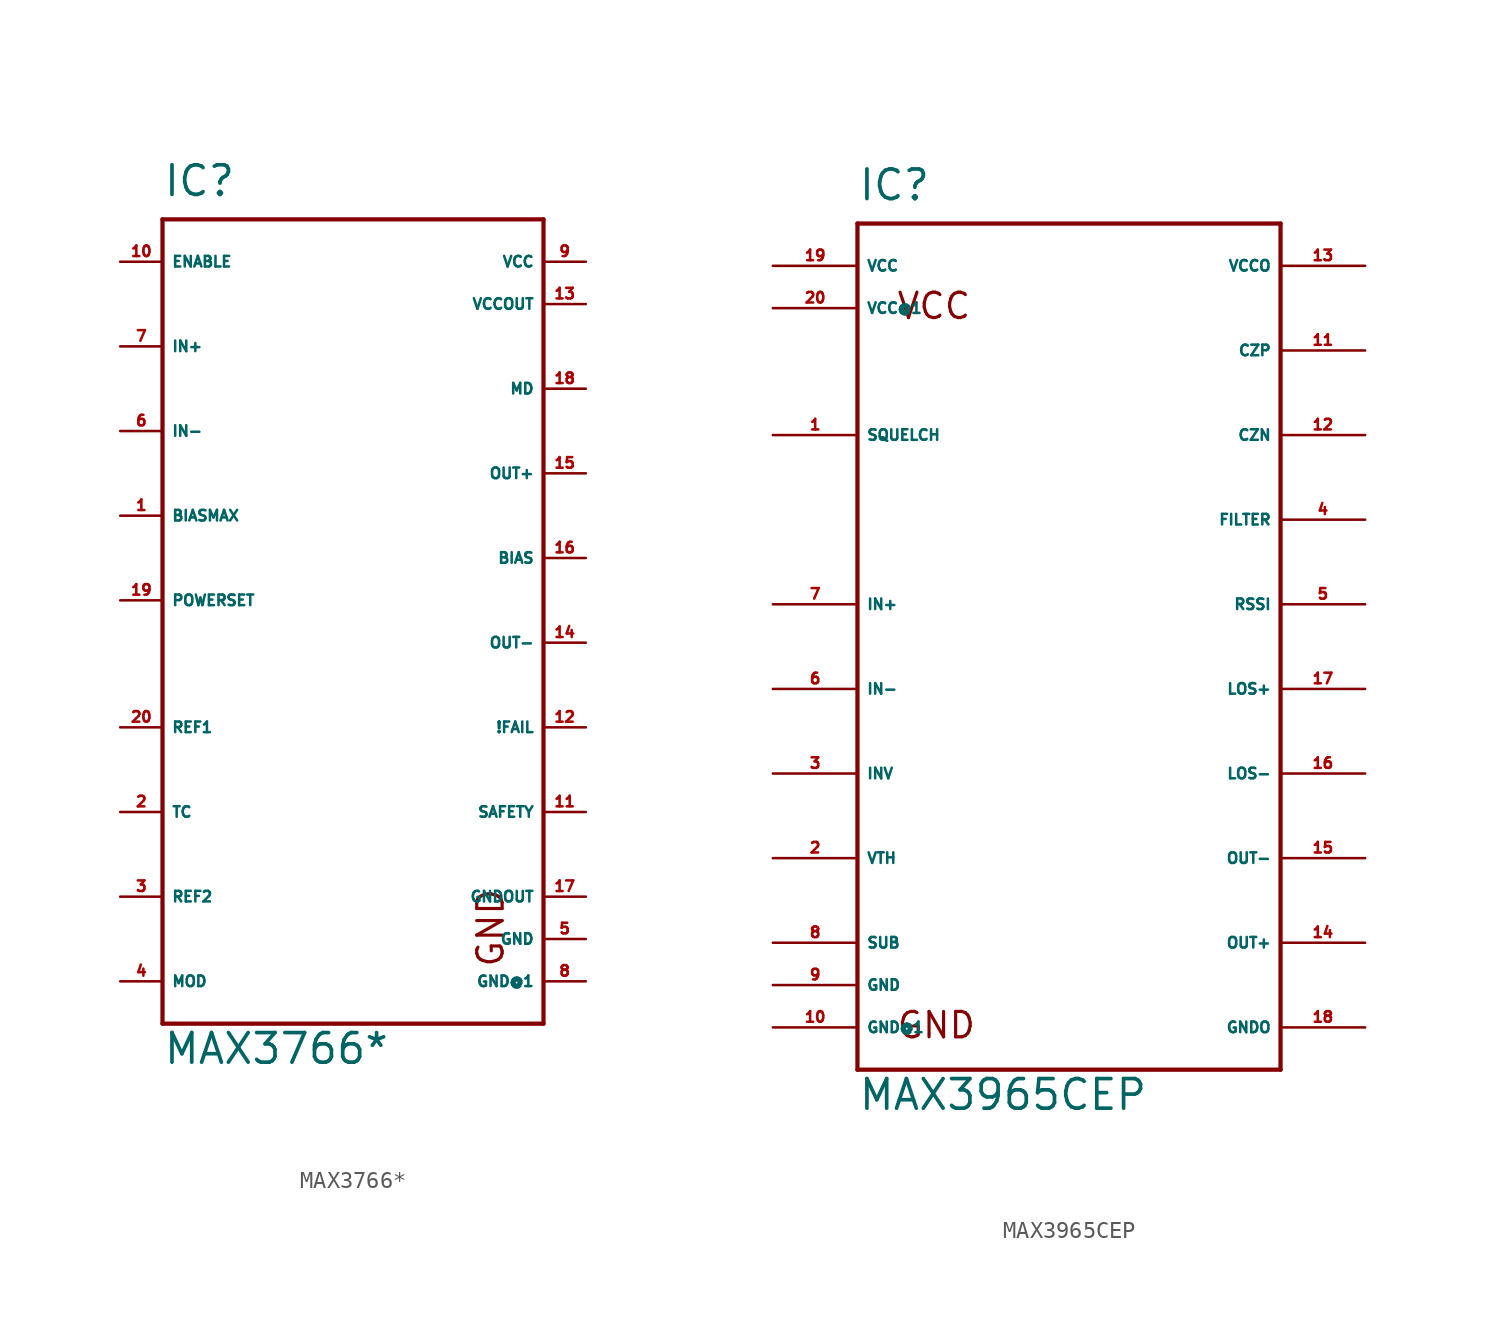
<source format=kicad_sym>
(kicad_symbol_lib
  (version 20220914)
  (generator Eagle2Kicad)
  (symbol "MAX3766*"
    (property "Reference" "IC"
      (at -12.7 24.13 0)
      (effects (font (size 1.778 1.778) (thickness 0.22)) (justify left bottom)))
    (property "Value" "MAX3766*"
      (at -12.7 -27.94 0)
      (effects (font (size 1.778 1.778) (thickness 0.22)) (justify left bottom)))
    (polyline
      (pts (xy -12.7 22.86) (xy 10.16 22.86))
      (stroke (width 0.254) (type default))
      (fill (type none)))
    (polyline
      (pts (xy 10.16 22.86) (xy 10.16 -25.4))
      (stroke (width 0.254) (type default))
      (fill (type none)))
    (polyline
      (pts (xy 10.16 -25.4) (xy -12.7 -25.4))
      (stroke (width 0.254) (type default))
      (fill (type none)))
    (polyline
      (pts (xy -12.7 -25.4) (xy -12.7 22.86))
      (stroke (width 0.254) (type default))
      (fill (type none)))
    (text "GND"
      (at 7.874 -22.098 1800)
      (effects (font (size 1.524 1.524) (thickness 0.19)) (justify left bottom)))
    (pin input line
      (at -15.24 15.24 0)
      (length 2.54)
      (name "IN+" (effects (font (size 0.635 0.635) (thickness 0.08)) (justify left bottom)))
      (number "7" (effects (font (size 0.635 0.635) (thickness 0.08)) (justify left bottom))))
    (pin input line
      (at -15.24 10.16 0)
      (length 2.54)
      (name "IN-" (effects (font (size 0.635 0.635) (thickness 0.08)) (justify left bottom)))
      (number "6" (effects (font (size 0.635 0.635) (thickness 0.08)) (justify left bottom))))
    (pin input line
      (at -15.24 5.08 0)
      (length 2.54)
      (name "BIASMAX" (effects (font (size 0.635 0.635) (thickness 0.08)) (justify left bottom)))
      (number "1" (effects (font (size 0.635 0.635) (thickness 0.08)) (justify left bottom))))
    (pin input line
      (at -15.24 0 0)
      (length 2.54)
      (name "POWERSET" (effects (font (size 0.635 0.635) (thickness 0.08)) (justify left bottom)))
      (number "19" (effects (font (size 0.635 0.635) (thickness 0.08)) (justify left bottom))))
    (pin passive line
      (at -15.24 -7.62 0)
      (length 2.54)
      (name "REF1" (effects (font (size 0.635 0.635) (thickness 0.08)) (justify left bottom)))
      (number "20" (effects (font (size 0.635 0.635) (thickness 0.08)) (justify left bottom))))
    (pin passive line
      (at -15.24 -12.7 0)
      (length 2.54)
      (name "TC" (effects (font (size 0.635 0.635) (thickness 0.08)) (justify left bottom)))
      (number "2" (effects (font (size 0.635 0.635) (thickness 0.08)) (justify left bottom))))
    (pin passive line
      (at -15.24 -17.78 0)
      (length 2.54)
      (name "REF2" (effects (font (size 0.635 0.635) (thickness 0.08)) (justify left bottom)))
      (number "3" (effects (font (size 0.635 0.635) (thickness 0.08)) (justify left bottom))))
    (pin input line
      (at -15.24 -22.86 0)
      (length 2.54)
      (name "MOD" (effects (font (size 0.635 0.635) (thickness 0.08)) (justify left bottom)))
      (number "4" (effects (font (size 0.635 0.635) (thickness 0.08)) (justify left bottom))))
    (pin unspecified line
      (at 12.7 -20.32 180)
      (length 2.54)
      (name "GND" (effects (font (size 0.635 0.635) (thickness 0.08)) (justify left bottom)))
      (number "5" (effects (font (size 0.635 0.635) (thickness 0.08)) (justify left bottom))))
    (pin passive line
      (at 12.7 -17.78 180)
      (length 2.54)
      (name "GNDOUT" (effects (font (size 0.635 0.635) (thickness 0.08)) (justify left bottom)))
      (number "17" (effects (font (size 0.635 0.635) (thickness 0.08)) (justify left bottom))))
    (pin input line
      (at 12.7 -12.7 180)
      (length 2.54)
      (name "SAFETY" (effects (font (size 0.635 0.635) (thickness 0.08)) (justify left bottom)))
      (number "11" (effects (font (size 0.635 0.635) (thickness 0.08)) (justify left bottom))))
    (pin output line
      (at 12.7 -7.62 180)
      (length 2.54)
      (name "!FAIL" (effects (font (size 0.635 0.635) (thickness 0.08)) (justify left bottom)))
      (number "12" (effects (font (size 0.635 0.635) (thickness 0.08)) (justify left bottom))))
    (pin passive line
      (at 12.7 2.54 180)
      (length 2.54)
      (name "BIAS" (effects (font (size 0.635 0.635) (thickness 0.08)) (justify left bottom)))
      (number "16" (effects (font (size 0.635 0.635) (thickness 0.08)) (justify left bottom))))
    (pin output line
      (at 12.7 7.62 180)
      (length 2.54)
      (name "OUT+" (effects (font (size 0.635 0.635) (thickness 0.08)) (justify left bottom)))
      (number "15" (effects (font (size 0.635 0.635) (thickness 0.08)) (justify left bottom))))
    (pin input line
      (at 12.7 12.7 180)
      (length 2.54)
      (name "MD" (effects (font (size 0.635 0.635) (thickness 0.08)) (justify left bottom)))
      (number "18" (effects (font (size 0.635 0.635) (thickness 0.08)) (justify left bottom))))
    (pin output line
      (at 12.7 -2.54 180)
      (length 2.54)
      (name "OUT-" (effects (font (size 0.635 0.635) (thickness 0.08)) (justify left bottom)))
      (number "14" (effects (font (size 0.635 0.635) (thickness 0.08)) (justify left bottom))))
    (pin input line
      (at -15.24 20.32 0)
      (length 2.54)
      (name "ENABLE" (effects (font (size 0.635 0.635) (thickness 0.08)) (justify left bottom)))
      (number "10" (effects (font (size 0.635 0.635) (thickness 0.08)) (justify left bottom))))
    (pin unspecified line
      (at 12.7 20.32 180)
      (length 2.54)
      (name "VCC" (effects (font (size 0.635 0.635) (thickness 0.08)) (justify left bottom)))
      (number "9" (effects (font (size 0.635 0.635) (thickness 0.08)) (justify left bottom))))
    (pin passive line
      (at 12.7 17.78 180)
      (length 2.54)
      (name "VCCOUT" (effects (font (size 0.635 0.635) (thickness 0.08)) (justify left bottom)))
      (number "13" (effects (font (size 0.635 0.635) (thickness 0.08)) (justify left bottom))))
    (pin unspecified line
      (at 12.7 -22.86 180)
      (length 2.54)
      (name "GND@1" (effects (font (size 0.635 0.635) (thickness 0.08)) (justify left bottom)))
      (number "8" (effects (font (size 0.635 0.635) (thickness 0.08)) (justify left bottom)))))
  (symbol "MAX3965CEP"
    (property "Reference" "IC"
      (at -12.7 24.13 0)
      (effects (font (size 1.778 1.778) (thickness 0.22)) (justify left bottom)))
    (property "Value" "MAX3965CEP"
      (at -12.7 -30.48 0)
      (effects (font (size 1.778 1.778) (thickness 0.22)) (justify left bottom)))
    (polyline
      (pts (xy -12.7 22.86) (xy 12.7 22.86))
      (stroke (width 0.254) (type default))
      (fill (type none)))
    (polyline
      (pts (xy 12.7 22.86) (xy 12.7 -27.94))
      (stroke (width 0.254) (type default))
      (fill (type none)))
    (polyline
      (pts (xy 12.7 -27.94) (xy -12.7 -27.94))
      (stroke (width 0.254) (type default))
      (fill (type none)))
    (polyline
      (pts (xy -12.7 -27.94) (xy -12.7 22.86))
      (stroke (width 0.254) (type default))
      (fill (type none)))
    (text "GND"
      (at -10.414 -26.162 0)
      (effects (font (size 1.524 1.524) (thickness 0.19)) (justify left bottom)))
    (text "VCC"
      (at -10.414 17.018 0)
      (effects (font (size 1.524 1.524) (thickness 0.19)) (justify left bottom)))
    (pin unspecified line
      (at -17.78 20.32 0)
      (length 5.08)
      (name "VCC" (effects (font (size 0.635 0.635) (thickness 0.08)) (justify left bottom)))
      (number "19" (effects (font (size 0.635 0.635) (thickness 0.08)) (justify left bottom))))
    (pin unspecified line
      (at -17.78 -22.86 0)
      (length 5.08)
      (name "GND" (effects (font (size 0.635 0.635) (thickness 0.08)) (justify left bottom)))
      (number "9" (effects (font (size 0.635 0.635) (thickness 0.08)) (justify left bottom))))
    (pin unspecified line
      (at 17.78 -25.4 180)
      (length 5.08)
      (name "GNDO" (effects (font (size 0.635 0.635) (thickness 0.08)) (justify left bottom)))
      (number "18" (effects (font (size 0.635 0.635) (thickness 0.08)) (justify left bottom))))
    (pin unspecified line
      (at 17.78 20.32 180)
      (length 5.08)
      (name "VCCO" (effects (font (size 0.635 0.635) (thickness 0.08)) (justify left bottom)))
      (number "13" (effects (font (size 0.635 0.635) (thickness 0.08)) (justify left bottom))))
    (pin input line
      (at -17.78 0 0)
      (length 5.08)
      (name "IN+" (effects (font (size 0.635 0.635) (thickness 0.08)) (justify left bottom)))
      (number "7" (effects (font (size 0.635 0.635) (thickness 0.08)) (justify left bottom))))
    (pin input line
      (at -17.78 -5.08 0)
      (length 5.08)
      (name "IN-" (effects (font (size 0.635 0.635) (thickness 0.08)) (justify left bottom)))
      (number "6" (effects (font (size 0.635 0.635) (thickness 0.08)) (justify left bottom))))
    (pin input line
      (at -17.78 -10.16 0)
      (length 5.08)
      (name "INV" (effects (font (size 0.635 0.635) (thickness 0.08)) (justify left bottom)))
      (number "3" (effects (font (size 0.635 0.635) (thickness 0.08)) (justify left bottom))))
    (pin output line
      (at -17.78 -15.24 0)
      (length 5.08)
      (name "VTH" (effects (font (size 0.635 0.635) (thickness 0.08)) (justify left bottom)))
      (number "2" (effects (font (size 0.635 0.635) (thickness 0.08)) (justify left bottom))))
    (pin passive line
      (at 17.78 15.24 180)
      (length 5.08)
      (name "CZP" (effects (font (size 0.635 0.635) (thickness 0.08)) (justify left bottom)))
      (number "11" (effects (font (size 0.635 0.635) (thickness 0.08)) (justify left bottom))))
    (pin passive line
      (at 17.78 10.16 180)
      (length 5.08)
      (name "CZN" (effects (font (size 0.635 0.635) (thickness 0.08)) (justify left bottom)))
      (number "12" (effects (font (size 0.635 0.635) (thickness 0.08)) (justify left bottom))))
    (pin output line
      (at 17.78 0 180)
      (length 5.08)
      (name "RSSI" (effects (font (size 0.635 0.635) (thickness 0.08)) (justify left bottom)))
      (number "5" (effects (font (size 0.635 0.635) (thickness 0.08)) (justify left bottom))))
    (pin input line
      (at -17.78 10.16 0)
      (length 5.08)
      (name "SQUELCH" (effects (font (size 0.635 0.635) (thickness 0.08)) (justify left bottom)))
      (number "1" (effects (font (size 0.635 0.635) (thickness 0.08)) (justify left bottom))))
    (pin output line
      (at 17.78 -5.08 180)
      (length 5.08)
      (name "LOS+" (effects (font (size 0.635 0.635) (thickness 0.08)) (justify left bottom)))
      (number "17" (effects (font (size 0.635 0.635) (thickness 0.08)) (justify left bottom))))
    (pin output line
      (at 17.78 -10.16 180)
      (length 5.08)
      (name "LOS-" (effects (font (size 0.635 0.635) (thickness 0.08)) (justify left bottom)))
      (number "16" (effects (font (size 0.635 0.635) (thickness 0.08)) (justify left bottom))))
    (pin output line
      (at 17.78 -15.24 180)
      (length 5.08)
      (name "OUT-" (effects (font (size 0.635 0.635) (thickness 0.08)) (justify left bottom)))
      (number "15" (effects (font (size 0.635 0.635) (thickness 0.08)) (justify left bottom))))
    (pin output line
      (at 17.78 -20.32 180)
      (length 5.08)
      (name "OUT+" (effects (font (size 0.635 0.635) (thickness 0.08)) (justify left bottom)))
      (number "14" (effects (font (size 0.635 0.635) (thickness 0.08)) (justify left bottom))))
    (pin passive line
      (at -17.78 -20.32 0)
      (length 5.08)
      (name "SUB" (effects (font (size 0.635 0.635) (thickness 0.08)) (justify left bottom)))
      (number "8" (effects (font (size 0.635 0.635) (thickness 0.08)) (justify left bottom))))
    (pin output line
      (at 17.78 5.08 180)
      (length 5.08)
      (name "FILTER" (effects (font (size 0.635 0.635) (thickness 0.08)) (justify left bottom)))
      (number "4" (effects (font (size 0.635 0.635) (thickness 0.08)) (justify left bottom))))
    (pin unspecified line
      (at -17.78 17.78 0)
      (length 5.08)
      (name "VCC@1" (effects (font (size 0.635 0.635) (thickness 0.08)) (justify left bottom)))
      (number "20" (effects (font (size 0.635 0.635) (thickness 0.08)) (justify left bottom))))
    (pin unspecified line
      (at -17.78 -25.4 0)
      (length 5.08)
      (name "GND@1" (effects (font (size 0.635 0.635) (thickness 0.08)) (justify left bottom)))
      (number "10" (effects (font (size 0.635 0.635) (thickness 0.08)) (justify left bottom))))))
</source>
